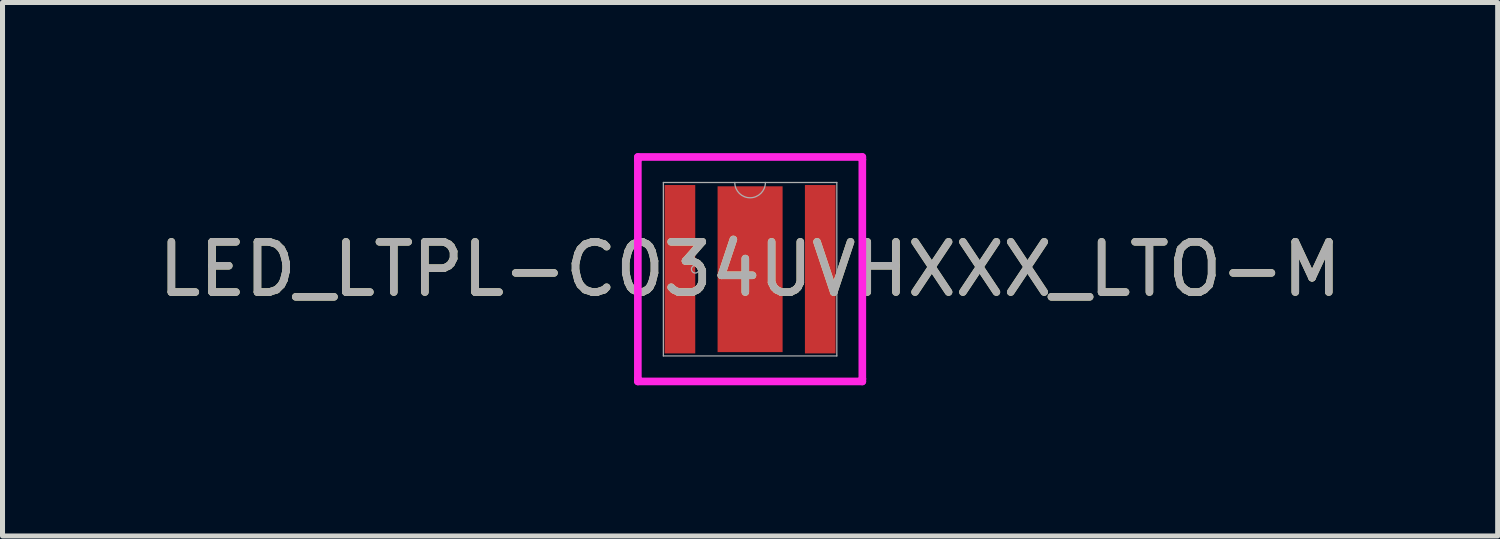
<source format=kicad_pcb>
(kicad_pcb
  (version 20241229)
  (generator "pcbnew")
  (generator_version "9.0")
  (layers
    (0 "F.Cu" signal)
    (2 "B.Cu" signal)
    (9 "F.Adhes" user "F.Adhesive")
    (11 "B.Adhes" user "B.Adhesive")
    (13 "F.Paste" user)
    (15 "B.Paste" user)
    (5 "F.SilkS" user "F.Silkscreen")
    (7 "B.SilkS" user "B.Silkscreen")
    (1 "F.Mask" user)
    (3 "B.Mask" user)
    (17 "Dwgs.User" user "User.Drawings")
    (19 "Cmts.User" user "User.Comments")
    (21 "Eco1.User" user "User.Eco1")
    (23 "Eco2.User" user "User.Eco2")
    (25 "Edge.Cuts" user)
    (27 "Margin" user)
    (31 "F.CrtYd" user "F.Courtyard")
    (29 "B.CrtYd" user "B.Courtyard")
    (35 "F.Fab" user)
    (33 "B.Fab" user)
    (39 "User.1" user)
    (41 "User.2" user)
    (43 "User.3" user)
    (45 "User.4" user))
  (footprint "LED_LTPL-C034UVHXXX_LTO-M"
    (layer "F.Cu")
    (at 11.887 2.311)
    (property "Reference" "LED_LTPL-C034UVHXXX_LTO-M" (at 0 0 0) (unlocked yes) (layer "F.SilkS") (effects (font (size 1 1) (thickness 0.15))))
    (attr smd)
    (fp_poly (pts (xy -0.548 -1.551) (xy -0.548 -0.1) (xy 0.548 -0.1) (xy 0.548 -1.551)) (stroke (width 0) (type solid)) (fill yes) (layer "F.Paste"))
    (fp_poly (pts (xy -0.548 0.1) (xy -0.548 1.551) (xy 0.548 1.551) (xy 0.548 0.1)) (stroke (width 0) (type solid)) (fill yes) (layer "F.Paste"))
    (fp_line (start -2.235 -2.235) (end 2.235 -2.235) (stroke (width 0.152) (type solid)) (layer "F.CrtYd"))
    (fp_line (start -2.235 -2.184) (end -2.235 -2.235) (stroke (width 0.152) (type solid)) (layer "F.CrtYd"))
    (fp_line (start -2.235 -2.184) (end -2.235 -2.184) (stroke (width 0.152) (type solid)) (layer "F.CrtYd"))
    (fp_line (start -2.235 2.184) (end -2.235 -2.184) (stroke (width 0.152) (type solid)) (layer "F.CrtYd"))
    (fp_line (start -2.235 2.184) (end -2.235 2.184) (stroke (width 0.152) (type solid)) (layer "F.CrtYd"))
    (fp_line (start -2.235 2.235) (end -2.235 2.184) (stroke (width 0.152) (type solid)) (layer "F.CrtYd"))
    (fp_line (start 2.235 -2.235) (end 2.235 -2.184) (stroke (width 0.152) (type solid)) (layer "F.CrtYd"))
    (fp_line (start 2.235 -2.184) (end 2.235 -2.184) (stroke (width 0.152) (type solid)) (layer "F.CrtYd"))
    (fp_line (start 2.235 -2.184) (end 2.235 2.184) (stroke (width 0.152) (type solid)) (layer "F.CrtYd"))
    (fp_line (start 2.235 2.184) (end 2.235 2.184) (stroke (width 0.152) (type solid)) (layer "F.CrtYd"))
    (fp_line (start 2.235 2.184) (end 2.235 2.235) (stroke (width 0.152) (type solid)) (layer "F.CrtYd"))
    (fp_line (start 2.235 2.235) (end -2.235 2.235) (stroke (width 0.152) (type solid)) (layer "F.CrtYd"))
    (fp_line (start -1.727 -1.727) (end -1.727 1.727) (stroke (width 0.025) (type solid)) (layer "F.Fab"))
    (fp_line (start -1.727 1.727) (end 1.727 1.727) (stroke (width 0.025) (type solid)) (layer "F.Fab"))
    (fp_line (start 1.727 -1.727) (end -1.727 -1.727) (stroke (width 0.025) (type solid)) (layer "F.Fab"))
    (fp_line (start 1.727 1.727) (end 1.727 -1.727) (stroke (width 0.025) (type solid)) (layer "F.Fab"))
    (fp_arc (start 0.3048 -1.7272) (mid 0 -1.4224) (end -0.3048 -1.7272) (stroke (width 0.0254) (type solid)) (layer "F.Fab"))
    (fp_circle (center -1.092 0) (end -1.016 0) (stroke (width 0.025) (type solid)) (fill no) (layer "F.Fab"))
    (fp_text user "${REFERENCE}" (at 0 0 0) (unlocked yes) (layer "F.Fab") (effects (font (size 1 1) (thickness 0.15))))
    (pad "1" smd rect (at -1.397 0) (size 0.61 3.353) (layers "F.Cu" "F.Mask" "F.Paste"))
    (pad "2" smd rect (at 1.397 0) (size 0.61 3.353) (layers "F.Cu" "F.Mask" "F.Paste"))
    (pad "3" smd rect (at 0 0) (size 1.295 3.302) (layers "F.Cu" "F.Mask" "F.Paste")))
  (gr_rect
    (start -3 -3)
    (end 26.774 7.623)
    (stroke (width 0.1) (type default))
    (fill no)
    (layer "Edge.Cuts")))
</source>
